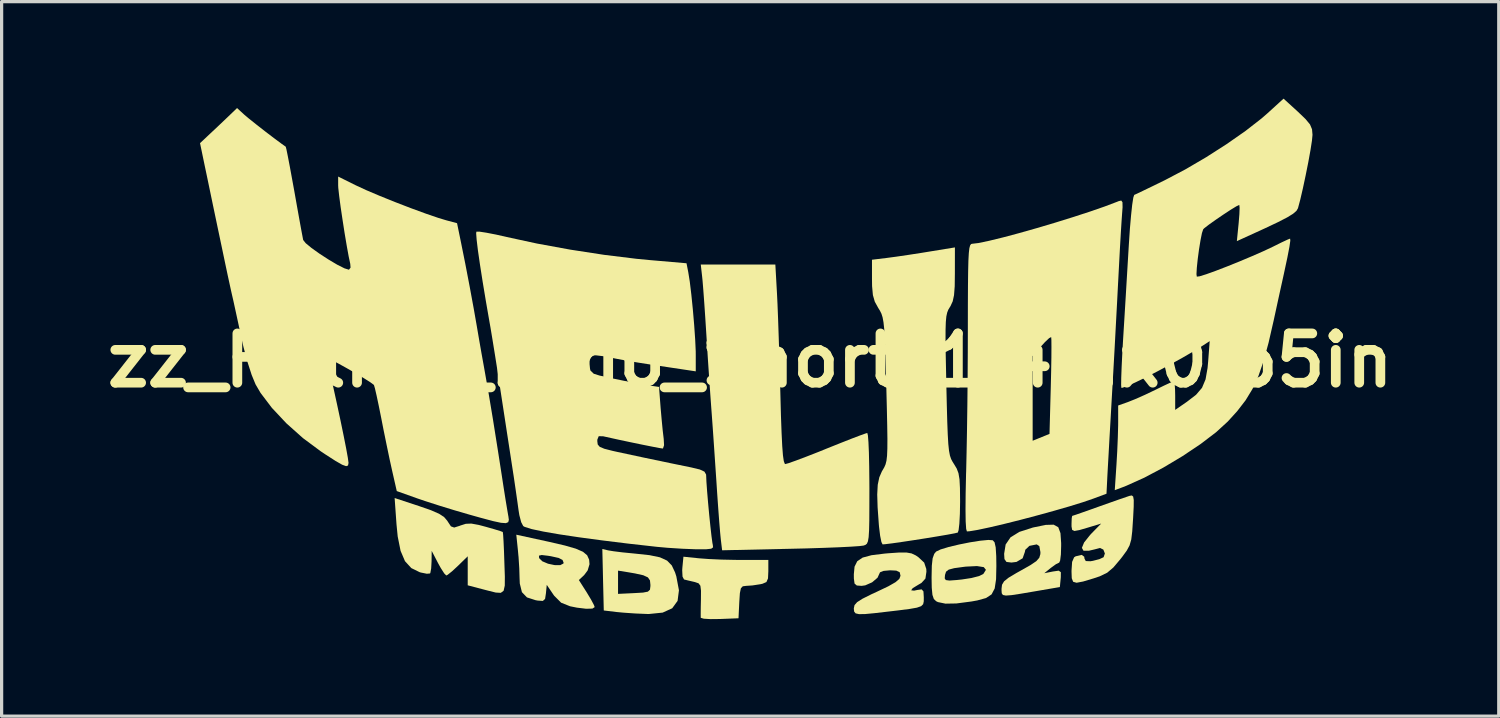
<source format=kicad_pcb>
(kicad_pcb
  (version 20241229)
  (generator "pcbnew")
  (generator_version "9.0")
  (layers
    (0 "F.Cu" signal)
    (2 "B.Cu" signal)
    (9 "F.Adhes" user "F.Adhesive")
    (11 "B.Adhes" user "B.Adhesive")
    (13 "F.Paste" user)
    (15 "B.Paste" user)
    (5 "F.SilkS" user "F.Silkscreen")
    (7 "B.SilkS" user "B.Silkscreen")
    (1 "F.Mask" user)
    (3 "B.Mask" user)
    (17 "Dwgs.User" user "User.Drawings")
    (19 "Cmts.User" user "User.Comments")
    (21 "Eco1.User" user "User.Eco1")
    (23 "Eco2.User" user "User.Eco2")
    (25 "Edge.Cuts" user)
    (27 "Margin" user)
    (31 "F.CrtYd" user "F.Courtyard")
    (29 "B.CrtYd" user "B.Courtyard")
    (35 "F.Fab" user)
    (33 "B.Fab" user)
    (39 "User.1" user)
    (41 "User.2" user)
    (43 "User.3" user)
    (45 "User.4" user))
  (footprint "zz_Helios_Logo_Short_1.4inx0.65in"
    (layer "F.Cu")
    (at 20.146 8.094)
    (property "Reference" "zz_Helios_Logo_Short_1.4inx0.65in" (at 0 0 0) (layer "F.SilkS") (effects (font (size 1.524 1.524) (thickness 0.3))))
    (attr board_only exclude_from_pos_files exclude_from_bom)
    (fp_poly (pts (xy -1.581 6.119) (xy -1.284 6.141) (xy -0.89 6.159) (xy -0.467 6.168) (xy -0.269 6.17) (xy 0.561 6.17) (xy 0.561 6.52) (xy 0.551 6.741) (xy 0.502 6.853) (xy 0.38 6.906) (xy 0.31 6.921) (xy 0.067 6.958) (xy -0.126 6.971) (xy -0.229 6.984) (xy -0.288 7.047) (xy -0.319 7.198) (xy -0.337 7.472) (xy -0.361 7.973) (xy -0.941 7.996) (xy -1.224 7.999) (xy -1.433 7.987) (xy -1.527 7.96) (xy -1.529 7.956) (xy -1.53 7.848) (xy -1.528 7.63) (xy -1.523 7.395) (xy -1.521 7.121) (xy -1.54 6.967) (xy -1.597 6.892) (xy -1.708 6.854) (xy -1.737 6.847) (xy -1.931 6.802) (xy -2.046 6.773) (xy -2.092 6.685) (xy -2.102 6.489) (xy -2.097 6.409) (xy -2.064 6.069)) (stroke (width 0) (type solid)) (fill yes) (layer "F.SilkS"))
    (fp_poly (pts (xy -4.39 5.874) (xy -4.224 5.901) (xy -3.952 5.935) (xy -3.627 5.967) (xy -3.566 5.973) (xy -3.112 6.022) (xy -2.79 6.089) (xy -2.57 6.19) (xy -2.424 6.34) (xy -2.323 6.555) (xy -2.284 6.677) (xy -2.203 7.108) (xy -2.245 7.435) (xy -2.411 7.664) (xy -2.706 7.798) (xy -3.132 7.841) (xy -3.196 7.84) (xy -3.552 7.825) (xy -3.914 7.8) (xy -4.126 7.78) (xy -4.527 7.732) (xy -4.55 6.781) (xy -4.556 6.5) (xy -4.086 6.5) (xy -4.086 7.219) (xy -3.586 7.195) (xy -3.313 7.179) (xy -3.163 7.15) (xy -3.099 7.09) (xy -3.085 6.979) (xy -3.085 6.937) (xy -3.099 6.802) (xy -3.163 6.709) (xy -3.306 6.643) (xy -3.559 6.587) (xy -3.786 6.548) (xy -4.086 6.5) (xy -4.556 6.5) (xy -4.572 5.831)) (stroke (width 0) (type solid)) (fill yes) (layer "F.SilkS"))
    (fp_poly (pts (xy 7.5 5.561) (xy 7.556 5.624) (xy 7.591 5.78) (xy 7.608 6.052) (xy 7.612 6.355) (xy 7.603 6.768) (xy 7.56 7.051) (xy 7.464 7.234) (xy 7.293 7.347) (xy 7.025 7.421) (xy 6.842 7.454) (xy 6.376 7.515) (xy 6.038 7.521) (xy 5.806 7.473) (xy 5.749 7.445) (xy 5.678 7.376) (xy 5.635 7.249) (xy 5.614 7.029) (xy 5.609 6.74) (xy 6.015 6.74) (xy 6.049 6.792) (xy 6.16 6.807) (xy 6.379 6.791) (xy 6.543 6.774) (xy 6.838 6.729) (xy 7.078 6.668) (xy 7.208 6.604) (xy 7.289 6.475) (xy 7.223 6.392) (xy 7.013 6.359) (xy 6.667 6.376) (xy 6.6 6.384) (xy 6.307 6.424) (xy 6.138 6.469) (xy 6.056 6.533) (xy 6.024 6.633) (xy 6.023 6.641) (xy 6.015 6.74) (xy 5.609 6.74) (xy 5.609 6.699) (xy 5.616 6.348) (xy 5.641 6.12) (xy 5.691 5.981) (xy 5.749 5.911) (xy 5.887 5.845) (xy 6.137 5.769) (xy 6.455 5.693) (xy 6.795 5.625) (xy 7.113 5.575) (xy 7.364 5.551)) (stroke (width 0) (type solid)) (fill yes) (layer "F.SilkS"))
    (fp_poly (pts (xy -10.239 4.504) (xy -9.868 4.633) (xy -9.621 4.741) (xy -9.464 4.844) (xy -9.365 4.96) (xy -9.352 4.982) (xy -9.253 5.131) (xy -9.153 5.168) (xy -8.984 5.115) (xy -8.96 5.105) (xy -8.793 5.052) (xy -8.622 5.045) (xy -8.393 5.087) (xy -8.185 5.142) (xy -7.921 5.217) (xy -7.728 5.276) (xy -7.649 5.306) (xy -7.639 5.39) (xy -7.626 5.602) (xy -7.612 5.91) (xy -7.6 6.27) (xy -7.586 6.685) (xy -7.588 6.962) (xy -7.624 7.122) (xy -7.711 7.187) (xy -7.868 7.178) (xy -8.113 7.117) (xy -8.273 7.075) (xy -8.734 6.954) (xy -8.734 6.057) (xy -9.038 6.354) (xy -9.218 6.52) (xy -9.353 6.628) (xy -9.397 6.65) (xy -9.461 6.585) (xy -9.568 6.418) (xy -9.65 6.27) (xy -9.848 5.889) (xy -9.852 6.216) (xy -9.864 6.432) (xy -9.89 6.571) (xy -9.9 6.588) (xy -9.999 6.596) (xy -10.183 6.559) (xy -10.218 6.549) (xy -10.479 6.421) (xy -10.674 6.207) (xy -10.81 5.888) (xy -10.899 5.444) (xy -10.936 5.069) (xy -10.994 4.255)) (stroke (width 0) (type solid)) (fill yes) (layer "F.SilkS"))
    (fp_poly (pts (xy -6.203 5.613) (xy -5.73 5.723) (xy -5.394 5.82) (xy -5.171 5.917) (xy -5.041 6.026) (xy -4.98 6.161) (xy -4.968 6.302) (xy -5.025 6.492) (xy -5.133 6.637) (xy -5.297 6.791) (xy -5.052 7.177) (xy -4.919 7.398) (xy -4.83 7.566) (xy -4.808 7.628) (xy -4.879 7.674) (xy -5.073 7.679) (xy -5.355 7.645) (xy -5.569 7.602) (xy -5.845 7.492) (xy -6.059 7.278) (xy -6.09 7.235) (xy -6.29 6.94) (xy -6.316 7.204) (xy -6.342 7.375) (xy -6.411 7.437) (xy -6.571 7.426) (xy -6.636 7.414) (xy -6.902 7.328) (xy -7.058 7.166) (xy -7.124 6.899) (xy -7.131 6.727) (xy -7.14 6.428) (xy -7.163 6.071) (xy -7.167 6.037) (xy -6.531 6.037) (xy -6.527 6.11) (xy -6.525 6.115) (xy -6.428 6.211) (xy -6.251 6.286) (xy -6.049 6.329) (xy -5.872 6.33) (xy -5.775 6.28) (xy -5.769 6.255) (xy -5.802 6.17) (xy -5.921 6.108) (xy -6.16 6.055) (xy -6.239 6.042) (xy -6.446 6.017) (xy -6.531 6.037) (xy -7.167 6.037) (xy -7.182 5.871) (xy -7.232 5.389)) (stroke (width 0) (type solid)) (fill yes) (layer "F.SilkS"))
    (fp_poly (pts (xy 9.526 5.158) (xy 9.594 5.341) (xy 9.615 5.646) (xy 9.615 5.739) (xy 9.607 6.002) (xy 9.584 6.187) (xy 9.555 6.252) (xy 9.457 6.299) (xy 9.302 6.411) (xy 9.295 6.416) (xy 9.094 6.58) (xy 9.36 6.527) (xy 9.539 6.501) (xy 9.606 6.548) (xy 9.604 6.707) (xy 9.601 6.741) (xy 9.575 7.008) (xy 8.774 7.145) (xy 8.361 7.215) (xy 8.08 7.258) (xy 7.906 7.271) (xy 7.814 7.253) (xy 7.778 7.2) (xy 7.772 7.111) (xy 7.772 7.058) (xy 7.787 6.936) (xy 7.85 6.831) (xy 7.989 6.719) (xy 8.233 6.573) (xy 8.373 6.495) (xy 8.668 6.328) (xy 8.848 6.206) (xy 8.939 6.102) (xy 8.972 5.99) (xy 8.974 5.927) (xy 8.94 5.742) (xy 8.86 5.689) (xy 8.634 5.734) (xy 8.507 5.854) (xy 8.493 5.922) (xy 8.424 6.119) (xy 8.233 6.231) (xy 8.077 6.25) (xy 7.924 6.231) (xy 7.862 6.143) (xy 7.852 5.98) (xy 7.899 5.691) (xy 8.05 5.47) (xy 8.323 5.302) (xy 8.736 5.169) (xy 8.77 5.161) (xy 9.139 5.086) (xy 9.383 5.079)) (stroke (width 0) (type solid)) (fill yes) (layer "F.SilkS"))
    (fp_poly (pts (xy 4.99 5.968) (xy 5.121 6.03) (xy 5.201 6.085) (xy 5.38 6.252) (xy 5.445 6.449) (xy 5.449 6.534) (xy 5.418 6.746) (xy 5.295 6.881) (xy 5.208 6.931) (xy 5.025 7.042) (xy 4.977 7.108) (xy 5.067 7.119) (xy 5.168 7.098) (xy 5.302 7.08) (xy 5.357 7.142) (xy 5.368 7.326) (xy 5.368 7.328) (xy 5.367 7.451) (xy 5.348 7.538) (xy 5.286 7.599) (xy 5.155 7.645) (xy 4.933 7.684) (xy 4.593 7.728) (xy 4.278 7.765) (xy 3.847 7.815) (xy 3.55 7.843) (xy 3.363 7.845) (xy 3.259 7.821) (xy 3.215 7.767) (xy 3.205 7.681) (xy 3.205 7.665) (xy 3.226 7.567) (xy 3.306 7.475) (xy 3.472 7.369) (xy 3.748 7.231) (xy 3.926 7.149) (xy 4.274 6.983) (xy 4.494 6.857) (xy 4.611 6.756) (xy 4.647 6.662) (xy 4.647 6.655) (xy 4.622 6.548) (xy 4.517 6.5) (xy 4.327 6.49) (xy 4.126 6.508) (xy 4.014 6.552) (xy 4.006 6.57) (xy 3.937 6.72) (xy 3.769 6.862) (xy 3.558 6.955) (xy 3.445 6.971) (xy 3.297 6.96) (xy 3.227 6.9) (xy 3.206 6.745) (xy 3.205 6.612) (xy 3.227 6.377) (xy 3.31 6.21) (xy 3.477 6.097) (xy 3.752 6.023) (xy 4.158 5.973) (xy 4.26 5.964) (xy 4.604 5.94) (xy 4.833 5.94)) (stroke (width 0) (type solid)) (fill yes) (layer "F.SilkS"))
    (fp_poly (pts (xy 11.842 4.21) (xy 11.86 4.317) (xy 11.858 4.524) (xy 11.841 4.86) (xy 11.837 4.924) (xy 11.813 5.287) (xy 11.783 5.536) (xy 11.731 5.719) (xy 11.643 5.882) (xy 11.505 6.071) (xy 11.444 6.149) (xy 11.229 6.403) (xy 11.039 6.564) (xy 10.811 6.675) (xy 10.617 6.74) (xy 10.293 6.837) (xy 10.092 6.875) (xy 9.986 6.845) (xy 9.943 6.736) (xy 9.936 6.538) (xy 9.936 6.499) (xy 9.954 6.23) (xy 10.015 6.089) (xy 10.062 6.058) (xy 10.249 6.013) (xy 10.329 6.07) (xy 10.336 6.128) (xy 10.376 6.204) (xy 10.519 6.21) (xy 10.597 6.197) (xy 10.798 6.145) (xy 10.925 6.086) (xy 10.928 6.084) (xy 10.967 5.97) (xy 10.92 5.85) (xy 10.819 5.8) (xy 10.8 5.804) (xy 10.647 5.844) (xy 10.476 5.884) (xy 10.306 5.885) (xy 10.256 5.796) (xy 10.325 5.629) (xy 10.511 5.396) (xy 10.554 5.35) (xy 10.852 5.045) (xy 10.454 5.166) (xy 10.18 5.246) (xy 10.025 5.274) (xy 9.955 5.24) (xy 9.936 5.136) (xy 9.936 5.048) (xy 9.942 4.879) (xy 9.956 4.808) (xy 9.957 4.808) (xy 10.036 4.782) (xy 10.234 4.714) (xy 10.518 4.614) (xy 10.778 4.521) (xy 11.125 4.398) (xy 11.428 4.291) (xy 11.648 4.216) (xy 11.731 4.188) (xy 11.8 4.176)) (stroke (width 0) (type solid)) (fill yes) (layer "F.SilkS"))
    (fp_poly (pts (xy 0.829 -2.063) (xy 0.845 -1.731) (xy 0.863 -1.273) (xy 0.882 -0.721) (xy 0.902 -0.11) (xy 0.92 0.527) (xy 0.933 1.022) (xy 0.951 1.708) (xy 0.971 2.247) (xy 0.991 2.652) (xy 1.013 2.936) (xy 1.039 3.113) (xy 1.069 3.195) (xy 1.086 3.205) (xy 1.191 3.176) (xy 1.417 3.096) (xy 1.735 2.976) (xy 2.119 2.826) (xy 2.37 2.724) (xy 2.777 2.561) (xy 3.131 2.421) (xy 3.408 2.316) (xy 3.579 2.255) (xy 3.621 2.244) (xy 3.64 2.32) (xy 3.657 2.533) (xy 3.671 2.86) (xy 3.68 3.278) (xy 3.685 3.763) (xy 3.686 3.957) (xy 3.685 4.522) (xy 3.683 4.948) (xy 3.676 5.254) (xy 3.663 5.462) (xy 3.641 5.593) (xy 3.609 5.667) (xy 3.564 5.704) (xy 3.506 5.725) (xy 3.379 5.741) (xy 3.115 5.759) (xy 2.738 5.778) (xy 2.272 5.796) (xy 1.738 5.813) (xy 1.229 5.825) (xy -0.868 5.871) (xy -0.91 5.52) (xy -0.929 5.323) (xy -0.956 5.001) (xy -0.987 4.589) (xy -1.02 4.121) (xy -1.043 3.766) (xy -1.08 3.22) (xy -1.119 2.645) (xy -1.157 2.097) (xy -1.191 1.629) (xy -1.205 1.442) (xy -1.235 1.028) (xy -1.271 0.508) (xy -1.309 -0.06) (xy -1.344 -0.621) (xy -1.358 -0.841) (xy -1.389 -1.324) (xy -1.42 -1.78) (xy -1.449 -2.173) (xy -1.473 -2.466) (xy -1.485 -2.584) (xy -1.528 -2.965) (xy 0.778 -2.965)) (stroke (width 0) (type solid)) (fill yes) (layer "F.SilkS"))
    (fp_poly (pts (xy 6.329 -2.689) (xy 6.324 -2.293) (xy 6.303 -2.018) (xy 6.262 -1.827) (xy 6.194 -1.679) (xy 6.173 -1.646) (xy 6.126 -1.568) (xy 6.091 -1.479) (xy 6.065 -1.358) (xy 6.049 -1.187) (xy 6.041 -0.945) (xy 6.04 -0.612) (xy 6.046 -0.169) (xy 6.058 0.404) (xy 6.065 0.757) (xy 6.08 1.404) (xy 6.094 1.911) (xy 6.109 2.298) (xy 6.126 2.585) (xy 6.148 2.793) (xy 6.176 2.941) (xy 6.213 3.05) (xy 6.261 3.14) (xy 6.302 3.204) (xy 6.385 3.342) (xy 6.44 3.487) (xy 6.472 3.676) (xy 6.486 3.946) (xy 6.49 4.335) (xy 6.49 4.381) (xy 6.484 4.744) (xy 6.468 5.045) (xy 6.444 5.25) (xy 6.419 5.323) (xy 6.324 5.346) (xy 6.106 5.387) (xy 5.8 5.439) (xy 5.441 5.498) (xy 5.064 5.557) (xy 4.705 5.611) (xy 4.398 5.655) (xy 4.179 5.682) (xy 4.094 5.689) (xy 4.057 5.615) (xy 4.018 5.421) (xy 3.984 5.143) (xy 3.978 5.076) (xy 3.94 4.546) (xy 3.928 4.145) (xy 3.944 3.845) (xy 3.992 3.616) (xy 4.072 3.431) (xy 4.097 3.389) (xy 4.147 3.303) (xy 4.186 3.213) (xy 4.214 3.101) (xy 4.232 2.946) (xy 4.241 2.728) (xy 4.243 2.428) (xy 4.237 2.025) (xy 4.226 1.5) (xy 4.211 0.895) (xy 4.194 0.241) (xy 4.178 -0.274) (xy 4.162 -0.668) (xy 4.145 -0.963) (xy 4.122 -1.177) (xy 4.094 -1.331) (xy 4.058 -1.445) (xy 4.011 -1.539) (xy 3.96 -1.621) (xy 3.853 -1.815) (xy 3.794 -2.021) (xy 3.769 -2.296) (xy 3.766 -2.516) (xy 3.766 -3.113) (xy 4.227 -3.169) (xy 4.512 -3.207) (xy 4.893 -3.263) (xy 5.307 -3.327) (xy 5.509 -3.36) (xy 6.33 -3.494)) (stroke (width 0) (type solid)) (fill yes) (layer "F.SilkS"))
    (fp_poly (pts (xy 11.511 -4.89) (xy 11.514 -4.734) (xy 11.498 -4.516) (xy 11.482 -4.289) (xy 11.46 -3.936) (xy 11.434 -3.49) (xy 11.407 -2.985) (xy 11.379 -2.454) (xy 11.376 -2.404) (xy 11.346 -1.823) (xy 11.309 -1.134) (xy 11.269 -0.387) (xy 11.227 0.365) (xy 11.186 1.072) (xy 11.174 1.282) (xy 11.141 1.862) (xy 11.109 2.411) (xy 11.082 2.901) (xy 11.059 3.305) (xy 11.043 3.596) (xy 11.037 3.724) (xy 11.017 4.122) (xy 10.617 4.271) (xy 10.291 4.383) (xy 9.874 4.512) (xy 9.392 4.651) (xy 8.876 4.793) (xy 8.354 4.931) (xy 7.855 5.056) (xy 7.408 5.161) (xy 7.041 5.239) (xy 6.783 5.282) (xy 6.701 5.288) (xy 6.678 5.21) (xy 6.663 4.982) (xy 6.658 4.614) (xy 6.662 4.117) (xy 6.675 3.5) (xy 6.678 3.425) (xy 6.691 2.844) (xy 6.698 2.484) (xy 8.734 2.484) (xy 9.255 2.272) (xy 9.295 0.796) (xy 9.306 0.326) (xy 9.313 -0.087) (xy 9.315 -0.416) (xy 9.313 -0.636) (xy 9.307 -0.721) (xy 9.244 -0.689) (xy 9.113 -0.565) (xy 9.006 -0.447) (xy 8.734 -0.134) (xy 8.734 2.484) (xy 6.698 2.484) (xy 6.704 2.145) (xy 6.715 1.369) (xy 6.723 0.561) (xy 6.728 -0.239) (xy 6.73 -0.989) (xy 6.73 -1.022) (xy 6.731 -1.737) (xy 6.734 -2.308) (xy 6.739 -2.751) (xy 6.747 -3.082) (xy 6.76 -3.316) (xy 6.777 -3.469) (xy 6.801 -3.558) (xy 6.831 -3.598) (xy 6.86 -3.606) (xy 7.062 -3.63) (xy 7.39 -3.699) (xy 7.816 -3.803) (xy 8.315 -3.936) (xy 8.859 -4.09) (xy 9.422 -4.257) (xy 9.978 -4.43) (xy 10.501 -4.6) (xy 10.963 -4.76) (xy 11.338 -4.902) (xy 11.398 -4.926) (xy 11.474 -4.943)) (stroke (width 0) (type solid)) (fill yes) (layer "F.SilkS"))
    (fp_poly (pts (xy -8.159 -3.949) (xy -7.855 -3.89) (xy -7.529 -3.816) (xy -6.59 -3.613) (xy -5.562 -3.425) (xy -4.515 -3.264) (xy -3.519 -3.142) (xy -3.114 -3.103) (xy -1.969 -3.004) (xy -1.914 -2.724) (xy -1.868 -2.437) (xy -1.82 -2.038) (xy -1.773 -1.574) (xy -1.732 -1.095) (xy -1.701 -0.649) (xy -1.684 -0.282) (xy -1.683 -0.168) (xy -1.683 0.338) (xy -1.943 0.299) (xy -2.13 0.271) (xy -2.43 0.226) (xy -2.795 0.171) (xy -3.068 0.13) (xy -3.463 0.068) (xy -3.836 0.005) (xy -4.136 -0.051) (xy -4.27 -0.078) (xy -4.534 -0.129) (xy -4.769 -0.157) (xy -4.812 -0.158) (xy -4.946 -0.143) (xy -4.994 -0.064) (xy -4.983 0.119) (xy -4.94 0.312) (xy -4.837 0.412) (xy -4.659 0.468) (xy -4.301 0.548) (xy -3.884 0.634) (xy -3.477 0.713) (xy -3.148 0.771) (xy -3.112 0.776) (xy -2.819 0.82) (xy -2.769 1.472) (xy -2.738 1.824) (xy -2.706 2.155) (xy -2.677 2.4) (xy -2.674 2.424) (xy -2.663 2.622) (xy -2.696 2.721) (xy -2.708 2.724) (xy -2.812 2.708) (xy -3.036 2.665) (xy -3.347 2.603) (xy -3.708 2.528) (xy -4.085 2.448) (xy -4.442 2.369) (xy -4.547 2.346) (xy -4.683 2.343) (xy -4.726 2.448) (xy -4.727 2.5) (xy -4.714 2.6) (xy -4.652 2.672) (xy -4.509 2.732) (xy -4.254 2.797) (xy -4.106 2.83) (xy -3.313 3) (xy -2.467 3.177) (xy -1.823 3.309) (xy -1.557 3.373) (xy -1.415 3.439) (xy -1.364 3.527) (xy -1.361 3.564) (xy -1.353 3.754) (xy -1.332 4.046) (xy -1.302 4.4) (xy -1.267 4.776) (xy -1.23 5.135) (xy -1.196 5.438) (xy -1.168 5.645) (xy -1.155 5.709) (xy -1.148 5.781) (xy -1.205 5.822) (xy -1.356 5.839) (xy -1.631 5.84) (xy -1.697 5.839) (xy -2.1 5.823) (xy -2.552 5.794) (xy -2.885 5.764) (xy -3.777 5.664) (xy -4.586 5.564) (xy -5.3 5.468) (xy -5.908 5.377) (xy -6.396 5.292) (xy -6.754 5.216) (xy -6.969 5.149) (xy -7.018 5.122) (xy -7.08 5.003) (xy -7.138 4.784) (xy -7.163 4.626) (xy -7.197 4.379) (xy -7.248 4.023) (xy -7.309 3.606) (xy -7.371 3.205) (xy -7.439 2.761) (xy -7.523 2.216) (xy -7.613 1.628) (xy -7.701 1.056) (xy -7.734 0.841) (xy -7.812 0.334) (xy -7.892 -0.173) (xy -7.967 -0.636) (xy -8.029 -1.009) (xy -8.056 -1.162) (xy -8.172 -1.83) (xy -8.273 -2.438) (xy -8.356 -2.969) (xy -8.419 -3.405) (xy -8.458 -3.731) (xy -8.473 -3.928) (xy -8.466 -3.98) (xy -8.374 -3.982)) (stroke (width 0) (type solid)) (fill yes) (layer "F.SilkS"))
    (fp_poly (pts (xy -15.645 -7.6) (xy -15.504 -7.481) (xy -15.276 -7.299) (xy -15.005 -7.087) (xy -14.731 -6.878) (xy -14.498 -6.705) (xy -14.361 -6.608) (xy -14.34 -6.528) (xy -14.297 -6.316) (xy -14.236 -5.999) (xy -14.163 -5.601) (xy -14.097 -5.24) (xy -14.016 -4.783) (xy -13.942 -4.372) (xy -13.881 -4.037) (xy -13.838 -3.809) (xy -13.822 -3.724) (xy -13.744 -3.625) (xy -13.562 -3.475) (xy -13.314 -3.298) (xy -13.036 -3.118) (xy -12.768 -2.959) (xy -12.545 -2.847) (xy -12.406 -2.804) (xy -12.357 -2.869) (xy -12.366 -2.985) (xy -12.415 -3.215) (xy -12.475 -3.546) (xy -12.541 -3.938) (xy -12.605 -4.351) (xy -12.664 -4.748) (xy -12.709 -5.088) (xy -12.736 -5.331) (xy -12.74 -5.413) (xy -12.74 -5.685) (xy -12.199 -5.416) (xy -11.877 -5.267) (xy -11.458 -5.089) (xy -10.982 -4.897) (xy -10.492 -4.708) (xy -10.031 -4.539) (xy -9.639 -4.405) (xy -9.4 -4.333) (xy -9.064 -4.243) (xy -8.945 -3.664) (xy -8.809 -2.988) (xy -8.672 -2.274) (xy -8.546 -1.589) (xy -8.45 -1.042) (xy -8.384 -0.655) (xy -8.305 -0.204) (xy -8.229 0.217) (xy -8.225 0.24) (xy -8.093 0.987) (xy -7.951 1.841) (xy -7.795 2.822) (xy -7.687 3.517) (xy -7.623 3.934) (xy -7.563 4.313) (xy -7.513 4.614) (xy -7.481 4.801) (xy -7.477 4.819) (xy -7.462 4.93) (xy -7.481 5.001) (xy -7.555 5.032) (xy -7.706 5.021) (xy -7.952 4.968) (xy -8.316 4.871) (xy -8.694 4.765) (xy -9.143 4.634) (xy -9.609 4.491) (xy -10.032 4.355) (xy -10.292 4.267) (xy -10.928 4.04) (xy -11.073 3.402) (xy -11.149 3.057) (xy -11.241 2.616) (xy -11.338 2.142) (xy -11.409 1.778) (xy -11.485 1.401) (xy -11.552 1.085) (xy -11.604 0.86) (xy -11.634 0.759) (xy -11.636 0.757) (xy -11.741 0.679) (xy -11.938 0.554) (xy -12.189 0.404) (xy -12.46 0.248) (xy -12.714 0.107) (xy -12.915 0.001) (xy -13.028 -0.048) (xy -13.04 -0.048) (xy -13.039 0.042) (xy -13.008 0.252) (xy -12.951 0.548) (xy -12.902 0.777) (xy -12.779 1.337) (xy -12.666 1.865) (xy -12.569 2.336) (xy -12.492 2.725) (xy -12.441 3.009) (xy -12.42 3.164) (xy -12.42 3.173) (xy -12.435 3.25) (xy -12.493 3.27) (xy -12.615 3.226) (xy -12.82 3.109) (xy -13.128 2.911) (xy -13.282 2.808) (xy -13.829 2.402) (xy -14.341 1.945) (xy -14.788 1.469) (xy -15.139 1.006) (xy -15.294 0.741) (xy -15.414 0.45) (xy -15.544 0.048) (xy -15.668 -0.415) (xy -15.738 -0.721) (xy -15.826 -1.135) (xy -15.91 -1.522) (xy -15.979 -1.839) (xy -16.026 -2.043) (xy -16.026 -2.043) (xy -16.055 -2.172) (xy -16.098 -2.369) (xy -16.158 -2.645) (xy -16.236 -3.014) (xy -16.335 -3.486) (xy -16.459 -4.074) (xy -16.609 -4.79) (xy -16.787 -5.645) (xy -16.875 -6.063) (xy -17.011 -6.718) (xy -16.699 -7.011) (xy -16.456 -7.239) (xy -16.21 -7.473) (xy -16.126 -7.553) (xy -15.866 -7.803)) (stroke (width 0) (type solid)) (fill yes) (layer "F.SilkS"))
    (fp_poly (pts (xy 16.94 -7.685) (xy 17.174 -7.46) (xy 17.31 -7.295) (xy 17.372 -7.147) (xy 17.387 -6.977) (xy 17.387 -6.974) (xy 17.37 -6.795) (xy 17.324 -6.5) (xy 17.257 -6.13) (xy 17.176 -5.725) (xy 17.091 -5.326) (xy 17.009 -4.973) (xy 16.938 -4.707) (xy 16.938 -4.706) (xy 16.891 -4.625) (xy 16.786 -4.534) (xy 16.604 -4.422) (xy 16.323 -4.277) (xy 15.926 -4.089) (xy 15.649 -3.962) (xy 15.048 -3.688) (xy 15.104 -4.248) (xy 15.126 -4.523) (xy 15.133 -4.723) (xy 15.123 -4.807) (xy 15.121 -4.808) (xy 15.033 -4.765) (xy 14.854 -4.656) (xy 14.626 -4.506) (xy 14.387 -4.343) (xy 14.179 -4.195) (xy 14.04 -4.087) (xy 14.008 -4.055) (xy 13.969 -3.939) (xy 13.924 -3.716) (xy 13.878 -3.433) (xy 13.838 -3.134) (xy 13.81 -2.864) (xy 13.799 -2.667) (xy 13.81 -2.59) (xy 13.897 -2.601) (xy 14.103 -2.665) (xy 14.397 -2.771) (xy 14.75 -2.907) (xy 15.134 -3.062) (xy 15.519 -3.224) (xy 15.877 -3.381) (xy 16.178 -3.523) (xy 16.203 -3.536) (xy 16.444 -3.655) (xy 16.622 -3.738) (xy 16.694 -3.766) (xy 16.701 -3.703) (xy 16.673 -3.51) (xy 16.609 -3.178) (xy 16.507 -2.701) (xy 16.477 -2.564) (xy 16.407 -2.247) (xy 16.318 -1.842) (xy 16.226 -1.417) (xy 16.188 -1.242) (xy 16.028 -0.545) (xy 15.874 0.022) (xy 15.713 0.488) (xy 15.532 0.882) (xy 15.318 1.233) (xy 15.058 1.57) (xy 14.769 1.888) (xy 14.404 2.222) (xy 13.926 2.586) (xy 13.372 2.957) (xy 12.78 3.311) (xy 12.188 3.625) (xy 11.633 3.875) (xy 11.506 3.925) (xy 11.273 4.012) (xy 11.325 3.228) (xy 11.349 2.813) (xy 11.367 2.386) (xy 11.377 2.021) (xy 11.378 1.919) (xy 11.378 1.394) (xy 11.678 1.288) (xy 11.903 1.198) (xy 12.206 1.064) (xy 12.52 0.914) (xy 12.524 0.912) (xy 12.789 0.782) (xy 12.993 0.687) (xy 13.099 0.642) (xy 13.105 0.641) (xy 13.124 0.714) (xy 13.137 0.901) (xy 13.141 1.086) (xy 13.141 1.53) (xy 13.502 1.281) (xy 13.785 1.064) (xy 13.97 0.848) (xy 14.08 0.587) (xy 14.142 0.235) (xy 14.161 0.028) (xy 14.208 -0.596) (xy 14.015 -0.471) (xy 13.724 -0.29) (xy 13.374 -0.087) (xy 12.991 0.125) (xy 12.603 0.333) (xy 12.234 0.523) (xy 11.911 0.68) (xy 11.66 0.793) (xy 11.508 0.846) (xy 11.476 0.846) (xy 11.47 0.759) (xy 11.473 0.537) (xy 11.485 0.208) (xy 11.505 -0.204) (xy 11.531 -0.656) (xy 11.569 -1.272) (xy 11.612 -1.976) (xy 11.655 -2.697) (xy 11.695 -3.362) (xy 11.71 -3.606) (xy 11.741 -4.075) (xy 11.777 -4.487) (xy 11.812 -4.814) (xy 11.846 -5.033) (xy 11.874 -5.117) (xy 11.972 -5.161) (xy 12.182 -5.262) (xy 12.476 -5.404) (xy 12.822 -5.573) (xy 12.839 -5.582) (xy 13.455 -5.906) (xy 14.099 -6.283) (xy 14.733 -6.689) (xy 15.316 -7.096) (xy 15.809 -7.48) (xy 15.998 -7.644) (xy 16.492 -8.094)) (stroke (width 0) (type solid)) (fill yes) (layer "F.SilkS")))
  (gr_rect
    (start -3 -3)
    (end 43.292 19.093)
    (stroke (width 0.1) (type default))
    (fill no)
    (layer "Edge.Cuts")))
</source>
